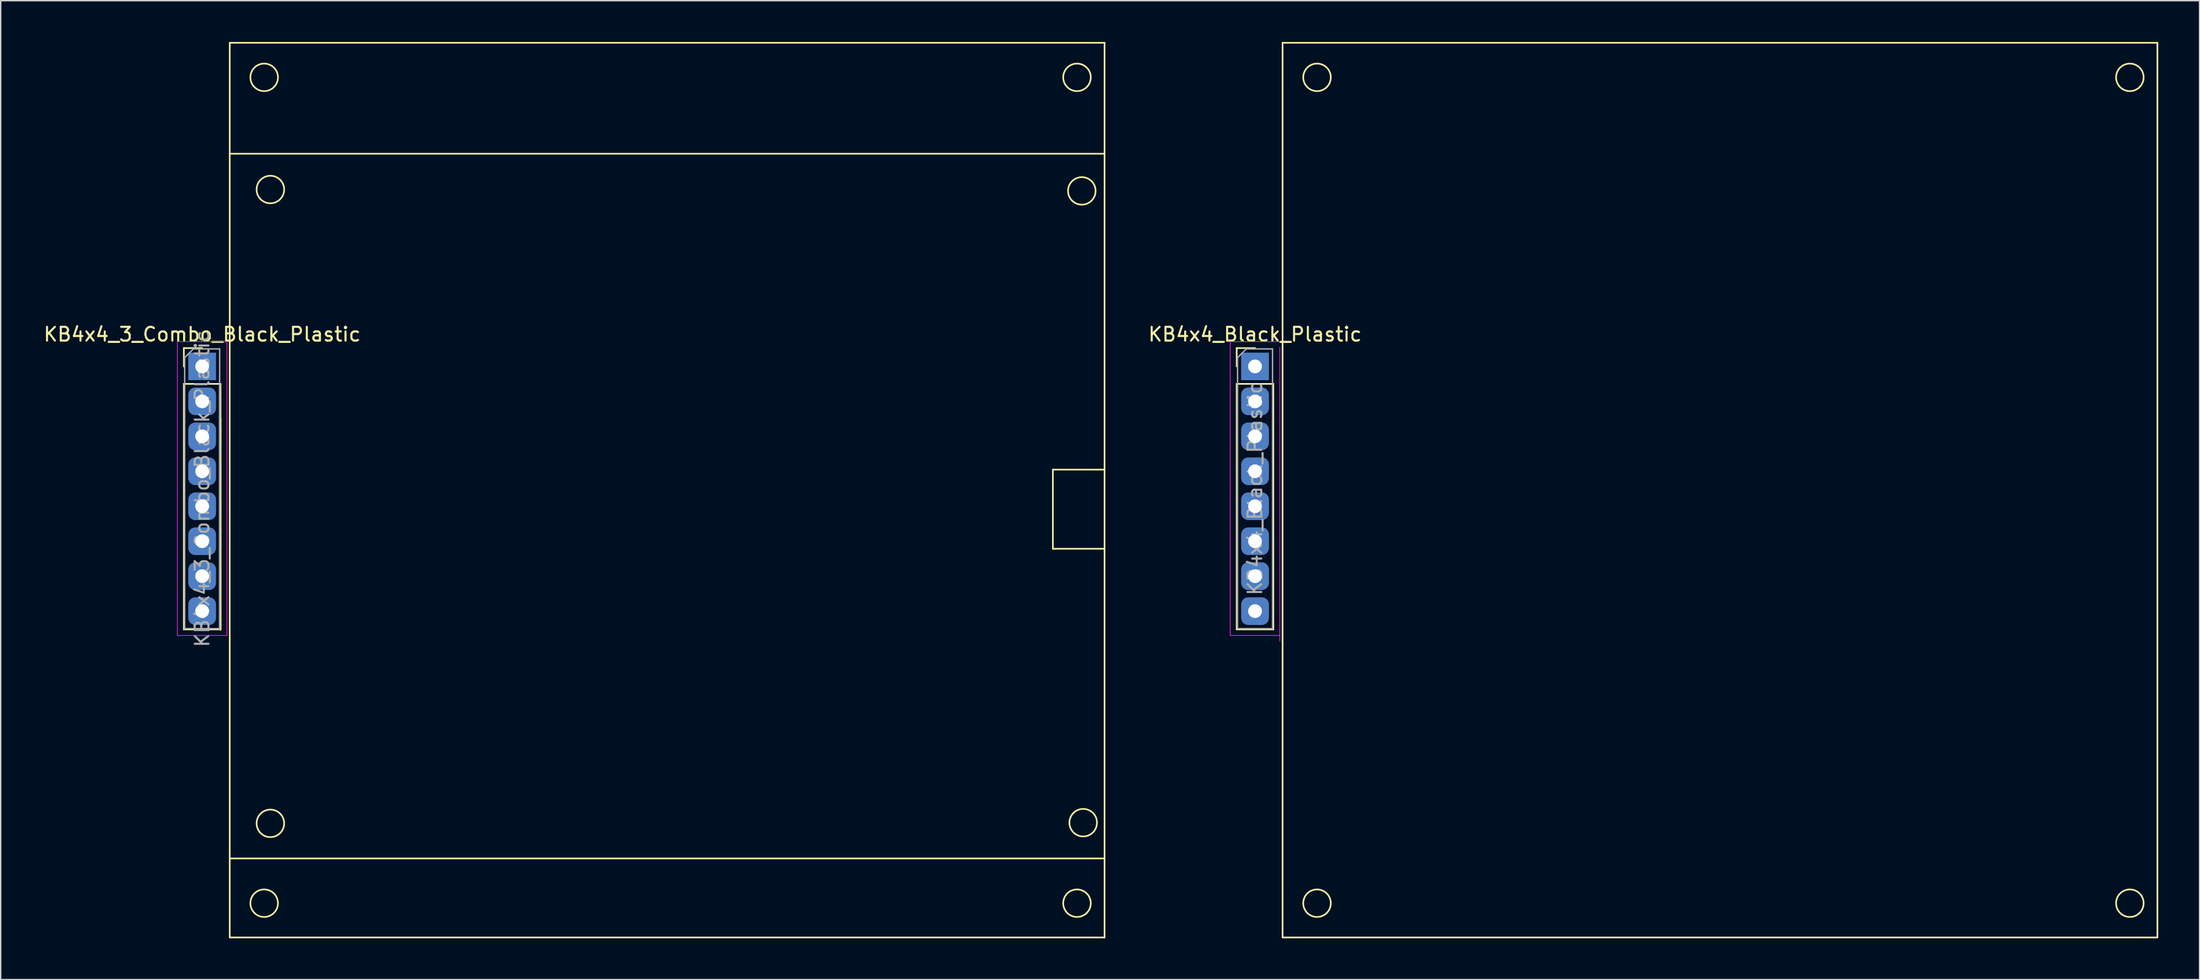
<source format=kicad_pcb>
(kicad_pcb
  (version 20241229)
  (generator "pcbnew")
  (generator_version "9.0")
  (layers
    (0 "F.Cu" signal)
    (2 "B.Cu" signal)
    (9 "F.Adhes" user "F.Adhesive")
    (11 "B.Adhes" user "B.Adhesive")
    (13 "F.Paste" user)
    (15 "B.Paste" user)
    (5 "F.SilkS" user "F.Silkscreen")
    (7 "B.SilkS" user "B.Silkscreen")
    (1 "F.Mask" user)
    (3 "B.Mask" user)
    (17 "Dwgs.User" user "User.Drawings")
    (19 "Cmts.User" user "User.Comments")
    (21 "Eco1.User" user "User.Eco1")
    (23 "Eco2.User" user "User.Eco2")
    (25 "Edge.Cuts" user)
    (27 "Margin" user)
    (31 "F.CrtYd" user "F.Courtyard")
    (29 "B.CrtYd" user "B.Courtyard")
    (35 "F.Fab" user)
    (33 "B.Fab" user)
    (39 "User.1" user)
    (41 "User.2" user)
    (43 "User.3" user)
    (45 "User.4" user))
  (footprint "KB4x4_3_Combo_Black_Plastic"
    (layer "F.Cu")
    (at 11.625 23.57)
    (property "Reference" "KB4x4_3_Combo_Black_Plastic" (at 0 -2.33 0) (layer "F.SilkS") (effects (font (size 1 1) (thickness 0.15))))
    (attr through_hole)
    (fp_line (start -1.33 -1.33) (end 0 -1.33) (stroke (width 0.12) (type solid)) (layer "F.SilkS"))
    (fp_line (start -1.33 0) (end -1.33 -1.33) (stroke (width 0.12) (type solid)) (layer "F.SilkS"))
    (fp_line (start -1.33 1.27) (end -1.33 19.11) (stroke (width 0.12) (type solid)) (layer "F.SilkS"))
    (fp_line (start -1.33 1.27) (end 1.33 1.27) (stroke (width 0.12) (type solid)) (layer "F.SilkS"))
    (fp_line (start -1.33 19.11) (end 1.33 19.11) (stroke (width 0.12) (type solid)) (layer "F.SilkS"))
    (fp_line (start 1.33 1.27) (end 1.33 19.11) (stroke (width 0.12) (type solid)) (layer "F.SilkS"))
    (fp_line (start 1.33 3.81) (end 1.33 19.14) (stroke (width 0.12) (type solid)) (layer "F.SilkS"))
    (fp_line (start 2 -23.51) (end 65.5 -23.51) (stroke (width 0.12) (type default)) (layer "F.SilkS"))
    (fp_line (start 2 -15.45) (end 65.5 -15.45) (stroke (width 0.12) (type default)) (layer "F.SilkS"))
    (fp_line (start 2 41.49) (end 2 -23.51) (stroke (width 0.12) (type default)) (layer "F.SilkS"))
    (fp_line (start 61.75 7.5) (end 61.75 13.25) (stroke (width 0.12) (type default)) (layer "F.SilkS"))
    (fp_line (start 61.75 13.25) (end 65.5 13.25) (stroke (width 0.12) (type default)) (layer "F.SilkS"))
    (fp_line (start 65.5 -23.51) (end 65.5 41.49) (stroke (width 0.12) (type default)) (layer "F.SilkS"))
    (fp_line (start 65.5 7.5) (end 61.75 7.5) (stroke (width 0.12) (type default)) (layer "F.SilkS"))
    (fp_line (start 65.5 35.75) (end 2 35.75) (stroke (width 0.12) (type default)) (layer "F.SilkS"))
    (fp_line (start 65.5 41.49) (end 2 41.49) (stroke (width 0.12) (type default)) (layer "F.SilkS"))
    (fp_circle (center 4.5 -21) (end 5.5 -21) (stroke (width 0.12) (type solid)) (fill no) (layer "F.SilkS"))
    (fp_circle (center 4.5 39) (end 5.5 39) (stroke (width 0.12) (type solid)) (fill no) (layer "F.SilkS"))
    (fp_circle (center 4.95 -12.85) (end 5.95 -12.85) (stroke (width 0.12) (type solid)) (fill no) (layer "F.SilkS"))
    (fp_circle (center 4.95 33.2) (end 5.95 33.2) (stroke (width 0.12) (type solid)) (fill no) (layer "F.SilkS"))
    (fp_circle (center 63.5 -21) (end 64.5 -21) (stroke (width 0.12) (type solid)) (fill no) (layer "F.SilkS"))
    (fp_circle (center 63.5 39) (end 64.5 39) (stroke (width 0.12) (type solid)) (fill no) (layer "F.SilkS"))
    (fp_circle (center 63.85 -12.75) (end 64.85 -12.75) (stroke (width 0.12) (type solid)) (fill no) (layer "F.SilkS"))
    (fp_circle (center 63.95 33.15) (end 64.95 33.15) (stroke (width 0.12) (type solid)) (fill no) (layer "F.SilkS"))
    (fp_line (start -1.8 -1.8) (end -1.8 19.55) (stroke (width 0.05) (type solid)) (layer "F.CrtYd"))
    (fp_line (start -1.8 19.55) (end 1.8 19.55) (stroke (width 0.05) (type solid)) (layer "F.CrtYd"))
    (fp_line (start 1.8 -1.8) (end -1.8 -1.8) (stroke (width 0.05) (type solid)) (layer "F.CrtYd"))
    (fp_line (start 1.8 19.55) (end 1.8 -1.8) (stroke (width 0.05) (type solid)) (layer "F.CrtYd"))
    (fp_line (start -1.27 -0.635) (end -0.635 -1.27) (stroke (width 0.1) (type solid)) (layer "F.Fab"))
    (fp_line (start -1.27 19.05) (end -1.27 -0.635) (stroke (width 0.1) (type solid)) (layer "F.Fab"))
    (fp_line (start -0.635 -1.27) (end 1.27 -1.27) (stroke (width 0.1) (type solid)) (layer "F.Fab"))
    (fp_line (start 1.27 -1.27) (end 1.27 19.05) (stroke (width 0.1) (type solid)) (layer "F.Fab"))
    (fp_line (start 1.27 1.27) (end 1.27 19.14) (stroke (width 0.1) (type solid)) (layer "F.Fab"))
    (fp_line (start 1.27 19.05) (end -1.27 19.05) (stroke (width 0.1) (type solid)) (layer "F.Fab"))
    (fp_text user "${REFERENCE}" (at 0 8.89 90) (layer "F.Fab") (effects (font (size 1 1) (thickness 0.15))))
    (pad "1" thru_hole rect (at 0 0) (size 2 2) (drill 1) (layers "*.Cu" "*.Mask"))
    (pad "2" thru_hole roundrect (at 0 2.54) (size 2 2) (drill 1) (layers "*.Cu" "*.Mask") (roundrect_rratio 0.25))
    (pad "3" thru_hole roundrect (at 0 5.08) (size 2 2) (drill 1) (layers "*.Cu" "*.Mask") (roundrect_rratio 0.25))
    (pad "4" thru_hole roundrect (at 0 7.62) (size 2 2) (drill 1) (layers "*.Cu" "*.Mask") (roundrect_rratio 0.25))
    (pad "5" thru_hole roundrect (at 0 10.16) (size 2 2) (drill 1) (layers "*.Cu" "*.Mask") (roundrect_rratio 0.25))
    (pad "6" thru_hole roundrect (at 0 12.7) (size 2 2) (drill 1) (layers "*.Cu" "*.Mask") (roundrect_rratio 0.25))
    (pad "7" thru_hole roundrect (at 0 15.24) (size 2 2) (drill 1) (layers "*.Cu" "*.Mask") (roundrect_rratio 0.25))
    (pad "8" thru_hole roundrect (at 0 17.78) (size 2 2) (drill 1) (layers "*.Cu" "*.Mask") (roundrect_rratio 0.25)))
  (footprint "KB4x4_Black_Plastic"
    (layer "F.Cu")
    (at 88.048 23.57)
    (property "Reference" "KB4x4_Black_Plastic" (at 0 -2.33 0) (layer "F.SilkS") (effects (font (size 1 1) (thickness 0.15))))
    (attr through_hole)
    (fp_line (start -1.33 -1.33) (end 0 -1.33) (stroke (width 0.12) (type solid)) (layer "F.SilkS"))
    (fp_line (start -1.33 0) (end -1.33 -1.33) (stroke (width 0.12) (type solid)) (layer "F.SilkS"))
    (fp_line (start -1.33 1.27) (end -1.33 19.11) (stroke (width 0.12) (type solid)) (layer "F.SilkS"))
    (fp_line (start -1.33 1.27) (end 1.33 1.27) (stroke (width 0.12) (type solid)) (layer "F.SilkS"))
    (fp_line (start -1.33 19.11) (end 1.33 19.11) (stroke (width 0.12) (type solid)) (layer "F.SilkS"))
    (fp_line (start 1.33 1.27) (end 1.33 19.11) (stroke (width 0.12) (type solid)) (layer "F.SilkS"))
    (fp_line (start 2 -23.51) (end 65.5 -23.51) (stroke (width 0.12) (type default)) (layer "F.SilkS"))
    (fp_line (start 2 41.49) (end 2 -23.51) (stroke (width 0.12) (type default)) (layer "F.SilkS"))
    (fp_line (start 65.5 -23.51) (end 65.5 41.49) (stroke (width 0.12) (type default)) (layer "F.SilkS"))
    (fp_line (start 65.5 41.49) (end 2 41.49) (stroke (width 0.12) (type default)) (layer "F.SilkS"))
    (fp_circle (center 4.5 -21) (end 5.5 -21) (stroke (width 0.12) (type solid)) (fill no) (layer "F.SilkS"))
    (fp_circle (center 4.5 39) (end 5.5 39) (stroke (width 0.12) (type solid)) (fill no) (layer "F.SilkS"))
    (fp_circle (center 63.5 -21) (end 64.5 -21) (stroke (width 0.12) (type solid)) (fill no) (layer "F.SilkS"))
    (fp_circle (center 63.5 39) (end 64.5 39) (stroke (width 0.12) (type solid)) (fill no) (layer "F.SilkS"))
    (fp_line (start -1.8 -1.8) (end -1.8 19.55) (stroke (width 0.05) (type solid)) (layer "F.CrtYd"))
    (fp_line (start -1.8 19.55) (end 1.8 19.55) (stroke (width 0.05) (type solid)) (layer "F.CrtYd"))
    (fp_line (start 1.8 -1.8) (end -1.8 -1.8) (stroke (width 0.05) (type solid)) (layer "F.CrtYd"))
    (fp_line (start 1.8 19.95) (end 1.8 -1.4) (stroke (width 0.05) (type solid)) (layer "F.CrtYd"))
    (fp_line (start -1.27 -0.635) (end -0.635 -1.27) (stroke (width 0.1) (type solid)) (layer "F.Fab"))
    (fp_line (start -1.27 19.05) (end -1.27 -0.635) (stroke (width 0.1) (type solid)) (layer "F.Fab"))
    (fp_line (start -0.635 -1.27) (end 1.27 -1.27) (stroke (width 0.1) (type solid)) (layer "F.Fab"))
    (fp_line (start 1.27 -1.27) (end 1.27 19.05) (stroke (width 0.1) (type solid)) (layer "F.Fab"))
    (fp_line (start 1.27 19.05) (end -1.27 19.05) (stroke (width 0.1) (type solid)) (layer "F.Fab"))
    (fp_text user "${REFERENCE}" (at 0 8.89 90) (layer "F.Fab") (effects (font (size 1 1) (thickness 0.15))))
    (pad "1" thru_hole rect (at 0 0) (size 2 2) (drill 1) (layers "*.Cu" "*.Mask"))
    (pad "2" thru_hole roundrect (at 0 2.54) (size 2 2) (drill 1) (layers "*.Cu" "*.Mask") (roundrect_rratio 0.25))
    (pad "3" thru_hole roundrect (at 0 5.08) (size 2 2) (drill 1) (layers "*.Cu" "*.Mask") (roundrect_rratio 0.25))
    (pad "4" thru_hole roundrect (at 0 7.62) (size 2 2) (drill 1) (layers "*.Cu" "*.Mask") (roundrect_rratio 0.25))
    (pad "5" thru_hole roundrect (at 0 10.16) (size 2 2) (drill 1) (layers "*.Cu" "*.Mask") (roundrect_rratio 0.25))
    (pad "6" thru_hole roundrect (at 0 12.7) (size 2 2) (drill 1) (layers "*.Cu" "*.Mask") (roundrect_rratio 0.25))
    (pad "7" thru_hole roundrect (at 0 15.24) (size 2 2) (drill 1) (layers "*.Cu" "*.Mask") (roundrect_rratio 0.25))
    (pad "8" thru_hole roundrect (at 0 17.78) (size 2 2) (drill 1) (layers "*.Cu" "*.Mask") (roundrect_rratio 0.25)))
  (gr_rect
    (start -3 -3)
    (end 156.608 68.12)
    (stroke (width 0.1) (type default))
    (fill no)
    (layer "Edge.Cuts")))
</source>
